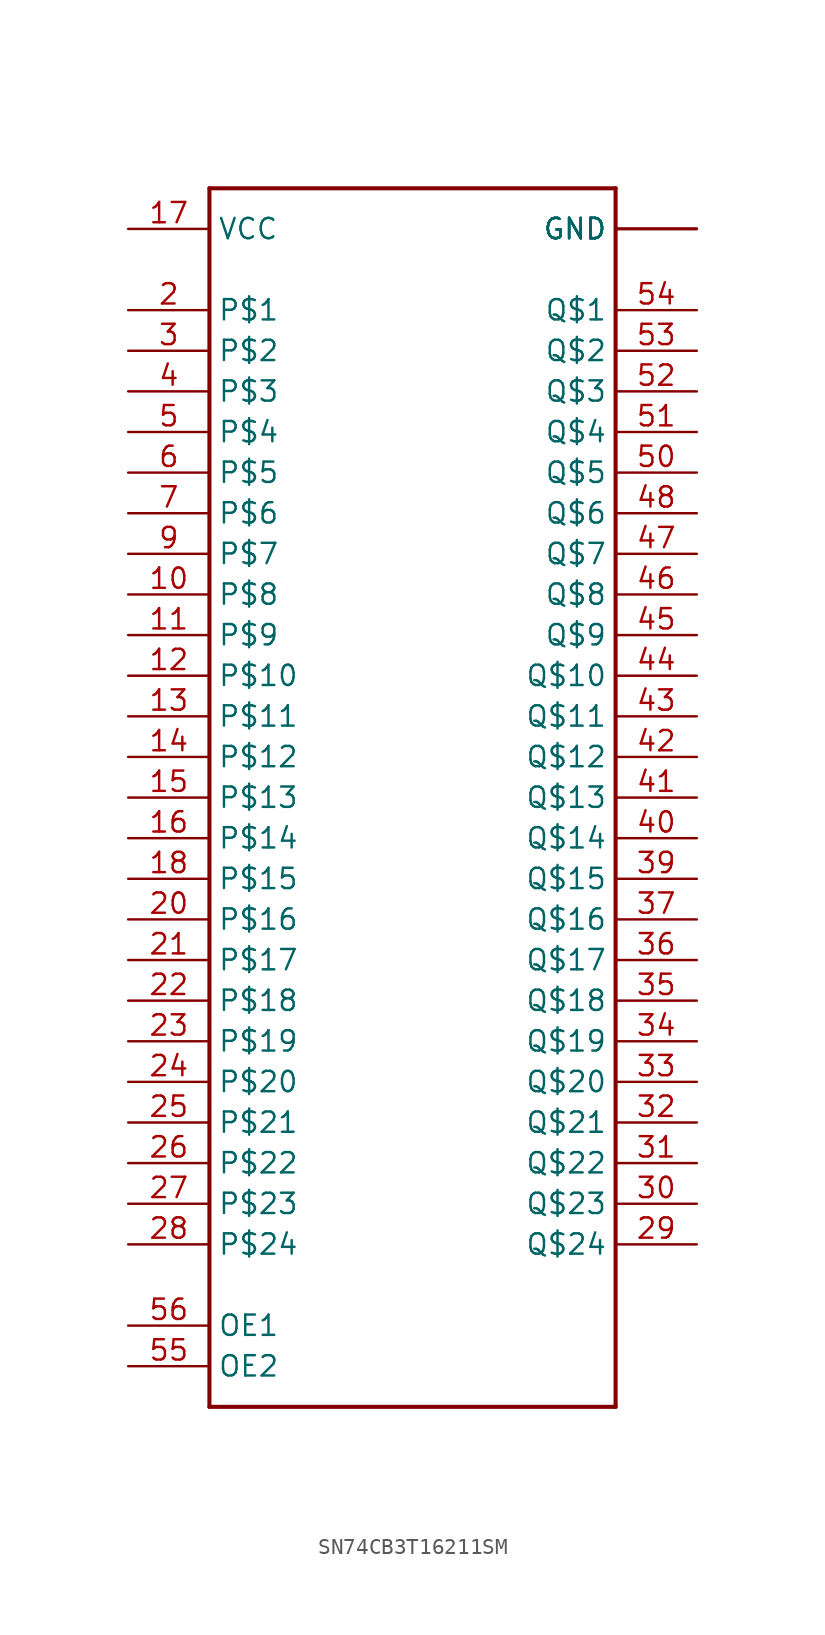
<source format=kicad_sym>
(kicad_symbol_lib
  (version 20231120)
  (generator "kicad_symbol_editor")
  (generator_version "8.0")
  (symbol "SN74CB3T16211SM"
    (property "Reference" ""
      (at 0 0 0)
      (effects (font (size 1.27 1.27)) (hide yes)))
    (property "ki_locked" ""
      (at 0 0 0)
      (effects (font (size 1.27 1.27))))
    (symbol "SN74CB3T16211SM_1_0"
      (polyline (pts (xy -20.32 -43.18) (xy -20.32 33.02)) (stroke (width 0.254) (type solid)) (fill (type none)))
      (polyline (pts (xy -20.32 33.02) (xy 5.08 33.02)) (stroke (width 0.254) (type solid)) (fill (type none)))
      (polyline (pts (xy 5.08 -43.18) (xy -20.32 -43.18)) (stroke (width 0.254) (type solid)) (fill (type none)))
      (polyline (pts (xy 5.08 33.02) (xy 5.08 -43.18)) (stroke (width 0.254) (type solid)) (fill (type none)))
      (pin bidirectional line (at -25.4 7.62 0) (length 5.08) (name "P$8" (effects (font (size 1.27 1.27)))) (number "10" (effects (font (size 1.27 1.27)))))
      (pin bidirectional line (at -25.4 5.08 0) (length 5.08) (name "P$9" (effects (font (size 1.27 1.27)))) (number "11" (effects (font (size 1.27 1.27)))))
      (pin bidirectional line (at -25.4 2.54 0) (length 5.08) (name "P$10" (effects (font (size 1.27 1.27)))) (number "12" (effects (font (size 1.27 1.27)))))
      (pin bidirectional line (at -25.4 0 0) (length 5.08) (name "P$11" (effects (font (size 1.27 1.27)))) (number "13" (effects (font (size 1.27 1.27)))))
      (pin bidirectional line (at -25.4 -2.54 0) (length 5.08) (name "P$12" (effects (font (size 1.27 1.27)))) (number "14" (effects (font (size 1.27 1.27)))))
      (pin bidirectional line (at -25.4 -5.08 0) (length 5.08) (name "P$13" (effects (font (size 1.27 1.27)))) (number "15" (effects (font (size 1.27 1.27)))))
      (pin bidirectional line (at -25.4 -7.62 0) (length 5.08) (name "P$14" (effects (font (size 1.27 1.27)))) (number "16" (effects (font (size 1.27 1.27)))))
      (pin power_in line (at -25.4 30.48 0) (length 5.08) (name "VCC" (effects (font (size 1.27 1.27)))) (number "17" (effects (font (size 1.27 1.27)))))
      (pin bidirectional line (at -25.4 -10.16 0) (length 5.08) (name "P$15" (effects (font (size 1.27 1.27)))) (number "18" (effects (font (size 1.27 1.27)))))
      (pin power_in line (at 10.16 30.48 180) (length 5.08) (name "GND" (effects (font (size 1.27 1.27)))) (number "19" (effects (font (size 0 0)))))
      (pin bidirectional line (at -25.4 25.4 0) (length 5.08) (name "P$1" (effects (font (size 1.27 1.27)))) (number "2" (effects (font (size 1.27 1.27)))))
      (pin bidirectional line (at -25.4 -12.7 0) (length 5.08) (name "P$16" (effects (font (size 1.27 1.27)))) (number "20" (effects (font (size 1.27 1.27)))))
      (pin bidirectional line (at -25.4 -15.24 0) (length 5.08) (name "P$17" (effects (font (size 1.27 1.27)))) (number "21" (effects (font (size 1.27 1.27)))))
      (pin bidirectional line (at -25.4 -17.78 0) (length 5.08) (name "P$18" (effects (font (size 1.27 1.27)))) (number "22" (effects (font (size 1.27 1.27)))))
      (pin bidirectional line (at -25.4 -20.32 0) (length 5.08) (name "P$19" (effects (font (size 1.27 1.27)))) (number "23" (effects (font (size 1.27 1.27)))))
      (pin bidirectional line (at -25.4 -22.86 0) (length 5.08) (name "P$20" (effects (font (size 1.27 1.27)))) (number "24" (effects (font (size 1.27 1.27)))))
      (pin bidirectional line (at -25.4 -25.4 0) (length 5.08) (name "P$21" (effects (font (size 1.27 1.27)))) (number "25" (effects (font (size 1.27 1.27)))))
      (pin bidirectional line (at -25.4 -27.94 0) (length 5.08) (name "P$22" (effects (font (size 1.27 1.27)))) (number "26" (effects (font (size 1.27 1.27)))))
      (pin bidirectional line (at -25.4 -30.48 0) (length 5.08) (name "P$23" (effects (font (size 1.27 1.27)))) (number "27" (effects (font (size 1.27 1.27)))))
      (pin bidirectional line (at -25.4 -33.02 0) (length 5.08) (name "P$24" (effects (font (size 1.27 1.27)))) (number "28" (effects (font (size 1.27 1.27)))))
      (pin bidirectional line (at 10.16 -33.02 180) (length 5.08) (name "Q$24" (effects (font (size 1.27 1.27)))) (number "29" (effects (font (size 1.27 1.27)))))
      (pin bidirectional line (at -25.4 22.86 0) (length 5.08) (name "P$2" (effects (font (size 1.27 1.27)))) (number "3" (effects (font (size 1.27 1.27)))))
      (pin bidirectional line (at 10.16 -30.48 180) (length 5.08) (name "Q$23" (effects (font (size 1.27 1.27)))) (number "30" (effects (font (size 1.27 1.27)))))
      (pin bidirectional line (at 10.16 -27.94 180) (length 5.08) (name "Q$22" (effects (font (size 1.27 1.27)))) (number "31" (effects (font (size 1.27 1.27)))))
      (pin bidirectional line (at 10.16 -25.4 180) (length 5.08) (name "Q$21" (effects (font (size 1.27 1.27)))) (number "32" (effects (font (size 1.27 1.27)))))
      (pin bidirectional line (at 10.16 -22.86 180) (length 5.08) (name "Q$20" (effects (font (size 1.27 1.27)))) (number "33" (effects (font (size 1.27 1.27)))))
      (pin bidirectional line (at 10.16 -20.32 180) (length 5.08) (name "Q$19" (effects (font (size 1.27 1.27)))) (number "34" (effects (font (size 1.27 1.27)))))
      (pin bidirectional line (at 10.16 -17.78 180) (length 5.08) (name "Q$18" (effects (font (size 1.27 1.27)))) (number "35" (effects (font (size 1.27 1.27)))))
      (pin bidirectional line (at 10.16 -15.24 180) (length 5.08) (name "Q$17" (effects (font (size 1.27 1.27)))) (number "36" (effects (font (size 1.27 1.27)))))
      (pin bidirectional line (at 10.16 -12.7 180) (length 5.08) (name "Q$16" (effects (font (size 1.27 1.27)))) (number "37" (effects (font (size 1.27 1.27)))))
      (pin power_in line (at 10.16 30.48 180) (length 5.08) (name "GND" (effects (font (size 1.27 1.27)))) (number "38" (effects (font (size 0 0)))))
      (pin bidirectional line (at 10.16 -10.16 180) (length 5.08) (name "Q$15" (effects (font (size 1.27 1.27)))) (number "39" (effects (font (size 1.27 1.27)))))
      (pin bidirectional line (at -25.4 20.32 0) (length 5.08) (name "P$3" (effects (font (size 1.27 1.27)))) (number "4" (effects (font (size 1.27 1.27)))))
      (pin bidirectional line (at 10.16 -7.62 180) (length 5.08) (name "Q$14" (effects (font (size 1.27 1.27)))) (number "40" (effects (font (size 1.27 1.27)))))
      (pin bidirectional line (at 10.16 -5.08 180) (length 5.08) (name "Q$13" (effects (font (size 1.27 1.27)))) (number "41" (effects (font (size 1.27 1.27)))))
      (pin bidirectional line (at 10.16 -2.54 180) (length 5.08) (name "Q$12" (effects (font (size 1.27 1.27)))) (number "42" (effects (font (size 1.27 1.27)))))
      (pin bidirectional line (at 10.16 0 180) (length 5.08) (name "Q$11" (effects (font (size 1.27 1.27)))) (number "43" (effects (font (size 1.27 1.27)))))
      (pin bidirectional line (at 10.16 2.54 180) (length 5.08) (name "Q$10" (effects (font (size 1.27 1.27)))) (number "44" (effects (font (size 1.27 1.27)))))
      (pin bidirectional line (at 10.16 5.08 180) (length 5.08) (name "Q$9" (effects (font (size 1.27 1.27)))) (number "45" (effects (font (size 1.27 1.27)))))
      (pin bidirectional line (at 10.16 7.62 180) (length 5.08) (name "Q$8" (effects (font (size 1.27 1.27)))) (number "46" (effects (font (size 1.27 1.27)))))
      (pin bidirectional line (at 10.16 10.16 180) (length 5.08) (name "Q$7" (effects (font (size 1.27 1.27)))) (number "47" (effects (font (size 1.27 1.27)))))
      (pin bidirectional line (at 10.16 12.7 180) (length 5.08) (name "Q$6" (effects (font (size 1.27 1.27)))) (number "48" (effects (font (size 1.27 1.27)))))
      (pin power_in line (at 10.16 30.48 180) (length 5.08) (name "GND" (effects (font (size 1.27 1.27)))) (number "49" (effects (font (size 0 0)))))
      (pin bidirectional line (at -25.4 17.78 0) (length 5.08) (name "P$4" (effects (font (size 1.27 1.27)))) (number "5" (effects (font (size 1.27 1.27)))))
      (pin bidirectional line (at 10.16 15.24 180) (length 5.08) (name "Q$5" (effects (font (size 1.27 1.27)))) (number "50" (effects (font (size 1.27 1.27)))))
      (pin bidirectional line (at 10.16 17.78 180) (length 5.08) (name "Q$4" (effects (font (size 1.27 1.27)))) (number "51" (effects (font (size 1.27 1.27)))))
      (pin bidirectional line (at 10.16 20.32 180) (length 5.08) (name "Q$3" (effects (font (size 1.27 1.27)))) (number "52" (effects (font (size 1.27 1.27)))))
      (pin bidirectional line (at 10.16 22.86 180) (length 5.08) (name "Q$2" (effects (font (size 1.27 1.27)))) (number "53" (effects (font (size 1.27 1.27)))))
      (pin bidirectional line (at 10.16 25.4 180) (length 5.08) (name "Q$1" (effects (font (size 1.27 1.27)))) (number "54" (effects (font (size 1.27 1.27)))))
      (pin input line (at -25.4 -40.64 0) (length 5.08) (name "OE2" (effects (font (size 1.27 1.27)))) (number "55" (effects (font (size 1.27 1.27)))))
      (pin input line (at -25.4 -38.1 0) (length 5.08) (name "OE1" (effects (font (size 1.27 1.27)))) (number "56" (effects (font (size 1.27 1.27)))))
      (pin bidirectional line (at -25.4 15.24 0) (length 5.08) (name "P$5" (effects (font (size 1.27 1.27)))) (number "6" (effects (font (size 1.27 1.27)))))
      (pin bidirectional line (at -25.4 12.7 0) (length 5.08) (name "P$6" (effects (font (size 1.27 1.27)))) (number "7" (effects (font (size 1.27 1.27)))))
      (pin power_in line (at 10.16 30.48 180) (length 5.08) (name "GND" (effects (font (size 1.27 1.27)))) (number "8" (effects (font (size 0 0)))))
      (pin bidirectional line (at -25.4 10.16 0) (length 5.08) (name "P$7" (effects (font (size 1.27 1.27)))) (number "9" (effects (font (size 1.27 1.27))))))))
</source>
